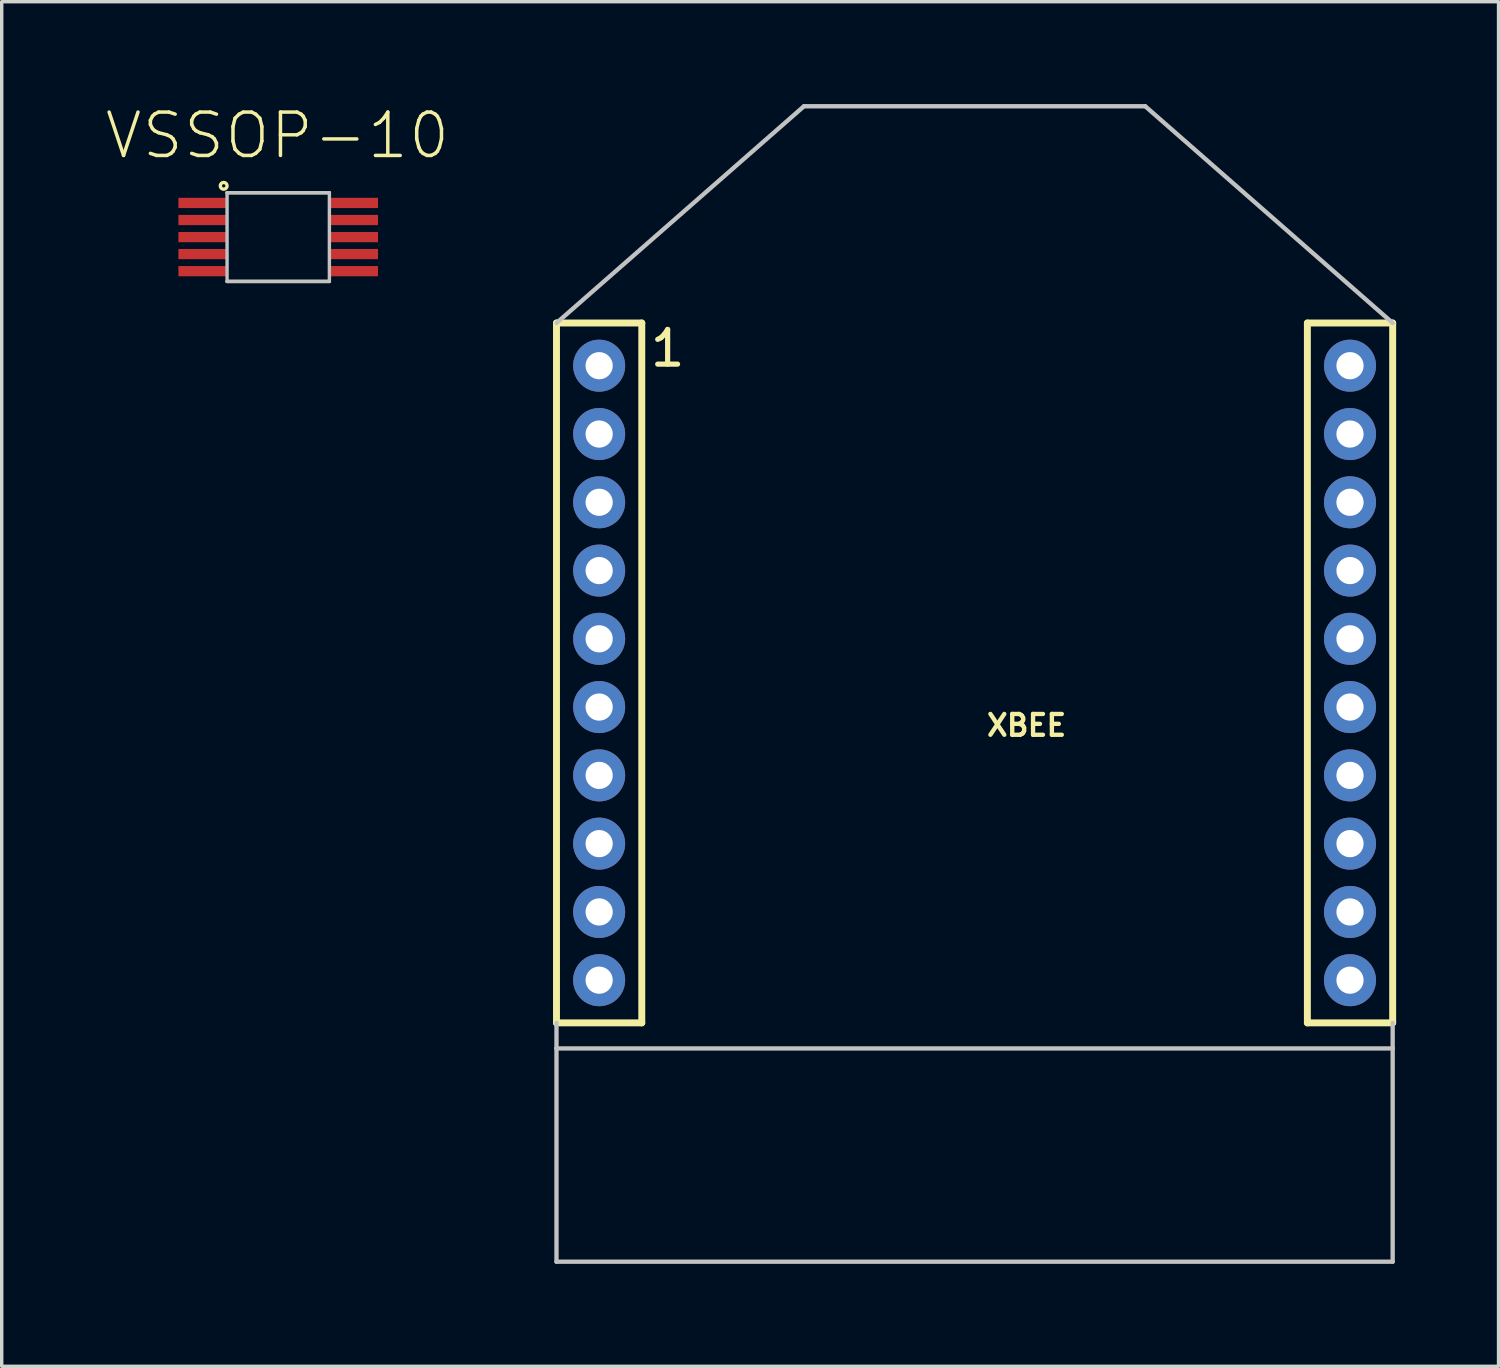
<source format=kicad_pcb>
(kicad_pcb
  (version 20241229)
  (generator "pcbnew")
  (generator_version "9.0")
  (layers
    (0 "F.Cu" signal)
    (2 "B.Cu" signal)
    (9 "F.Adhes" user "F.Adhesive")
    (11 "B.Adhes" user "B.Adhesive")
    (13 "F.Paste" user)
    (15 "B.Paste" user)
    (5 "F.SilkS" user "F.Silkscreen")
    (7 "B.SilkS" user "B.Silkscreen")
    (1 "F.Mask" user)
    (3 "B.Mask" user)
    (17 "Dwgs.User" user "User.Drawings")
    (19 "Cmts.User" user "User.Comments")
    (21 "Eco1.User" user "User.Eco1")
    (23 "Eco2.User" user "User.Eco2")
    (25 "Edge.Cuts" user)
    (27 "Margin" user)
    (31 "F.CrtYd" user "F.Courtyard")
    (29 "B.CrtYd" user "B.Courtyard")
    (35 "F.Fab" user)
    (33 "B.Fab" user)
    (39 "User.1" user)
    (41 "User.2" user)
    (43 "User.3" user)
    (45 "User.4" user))
  (footprint "VSSOP-10"
    (layer "F.Cu")
    (at 4.806 3.954)
    (property "Reference" "VSSOP-10" (at 0.269 -3.033 0) (layer "F.SilkS") (effects (font (size 1.27 1.27) (thickness 0.102))))
    (attr smd)
    (fp_line (start -1.204 -1.359) (end 1.793 -1.359) (stroke (width 0.099) (type solid)) (layer "F.SilkS"))
    (fp_line (start -1.204 1.24) (end 1.793 1.24) (stroke (width 0.099) (type solid)) (layer "F.SilkS"))
    (fp_circle (center -1.303 -1.56) (end -1.303 -1.659) (stroke (width 0.099) (type solid)) (fill no) (layer "F.SilkS"))
    (fp_line (start -1.204 -1.359) (end -1.204 1.24) (stroke (width 0.099) (type solid)) (layer "Dwgs.User"))
    (fp_line (start -1.204 1.24) (end 1.793 1.24) (stroke (width 0.099) (type solid)) (layer "Dwgs.User"))
    (fp_line (start 1.793 -1.359) (end -1.204 -1.359) (stroke (width 0.099) (type solid)) (layer "Dwgs.User"))
    (fp_line (start 1.793 1.24) (end 1.793 -1.359) (stroke (width 0.099) (type solid)) (layer "Dwgs.User"))
    (pad "P$1" smd rect (at -1.905 -1.059) (size 1.448 0.3) (layers "F.Cu" "F.Mask" "F.Paste"))
    (pad "P$2" smd rect (at -1.905 -0.559) (size 1.448 0.3) (layers "F.Cu" "F.Mask" "F.Paste"))
    (pad "P$3" smd rect (at -1.905 -0.058) (size 1.448 0.3) (layers "F.Cu" "F.Mask" "F.Paste"))
    (pad "P$4" smd rect (at -1.905 0.439) (size 1.448 0.3) (layers "F.Cu" "F.Mask" "F.Paste"))
    (pad "P$5" smd rect (at -1.905 0.94) (size 1.448 0.3) (layers "F.Cu" "F.Mask" "F.Paste"))
    (pad "P$6" smd rect (at 2.494 0.94) (size 1.448 0.3) (layers "F.Cu" "F.Mask" "F.Paste"))
    (pad "P$7" smd rect (at 2.494 0.439) (size 1.448 0.3) (layers "F.Cu" "F.Mask" "F.Paste"))
    (pad "P$8" smd rect (at 2.494 -0.058) (size 1.448 0.3) (layers "F.Cu" "F.Mask" "F.Paste"))
    (pad "P$9" smd rect (at 2.494 -0.559) (size 1.448 0.3) (layers "F.Cu" "F.Mask" "F.Paste"))
    (pad "P$10" smd rect (at 2.494 -1.059) (size 1.448 0.3) (layers "F.Cu" "F.Mask" "F.Paste")))
  (footprint "XBEE"
    (layer "F.Cu")
    (at 25.5 27.663)
    (property "Reference" "XBEE" (at 1.524 -9.464 0) (layer "F.SilkS") (effects (font (size 0.61 0.61) (thickness 0.127))))
    (attr exclude_from_pos_files exclude_from_bom)
    (fp_line (start -12.248 -21.25) (end -12.248 -0.749) (stroke (width 0.203) (type solid)) (layer "F.SilkS"))
    (fp_line (start -12.248 -0.749) (end -9.749 -0.749) (stroke (width 0.203) (type solid)) (layer "F.SilkS"))
    (fp_line (start -9.749 -21.25) (end -12.248 -21.25) (stroke (width 0.203) (type solid)) (layer "F.SilkS"))
    (fp_line (start -9.749 -21.25) (end -9.749 -0.749) (stroke (width 0.203) (type solid)) (layer "F.SilkS"))
    (fp_line (start 9.749 -21.25) (end 9.749 -0.749) (stroke (width 0.203) (type solid)) (layer "F.SilkS"))
    (fp_line (start 9.749 -21.25) (end 12.248 -21.25) (stroke (width 0.203) (type solid)) (layer "F.SilkS"))
    (fp_line (start 12.248 -21.25) (end 12.248 -0.749) (stroke (width 0.203) (type solid)) (layer "F.SilkS"))
    (fp_line (start 12.248 -0.749) (end 9.749 -0.749) (stroke (width 0.203) (type solid)) (layer "F.SilkS"))
    (fp_line (start -12.248 -21.25) (end -4.999 -27.6) (stroke (width 0.127) (type solid)) (layer "Dwgs.User"))
    (fp_line (start -12.248 -0.749) (end -12.248 0) (stroke (width 0.127) (type solid)) (layer "Dwgs.User"))
    (fp_line (start -12.248 0) (end -12.248 6.248) (stroke (width 0.127) (type solid)) (layer "Dwgs.User"))
    (fp_line (start -12.248 0) (end 12.248 0) (stroke (width 0.127) (type solid)) (layer "Dwgs.User"))
    (fp_line (start -12.248 6.248) (end 12.248 6.248) (stroke (width 0.127) (type solid)) (layer "Dwgs.User"))
    (fp_line (start -4.999 -27.6) (end 4.999 -27.6) (stroke (width 0.127) (type solid)) (layer "Dwgs.User"))
    (fp_line (start 12.248 -21.25) (end 4.999 -27.6) (stroke (width 0.127) (type solid)) (layer "Dwgs.User"))
    (fp_line (start 12.248 -0.749) (end 12.248 0) (stroke (width 0.127) (type solid)) (layer "Dwgs.User"))
    (fp_line (start 12.248 0) (end 12.248 6.248) (stroke (width 0.127) (type solid)) (layer "Dwgs.User"))
    (fp_text user "1" (at -8.992 -20.508 0) (layer "F.SilkS") (effects (font (size 1.016 1.016) (thickness 0.152))))
    (pad "1" thru_hole circle (at -10.998 -20) (size 1.524 1.524) (drill 0.798) (layers "*.Cu" "*.Paste" "*.Mask"))
    (pad "2" thru_hole circle (at -10.998 -17.998) (size 1.524 1.524) (drill 0.798) (layers "*.Cu" "*.Paste" "*.Mask"))
    (pad "3" thru_hole circle (at -10.998 -15.999) (size 1.524 1.524) (drill 0.798) (layers "*.Cu" "*.Paste" "*.Mask"))
    (pad "4" thru_hole circle (at -10.998 -13.998) (size 1.524 1.524) (drill 0.798) (layers "*.Cu" "*.Paste" "*.Mask"))
    (pad "5" thru_hole circle (at -10.998 -11.999) (size 1.524 1.524) (drill 0.798) (layers "*.Cu" "*.Paste" "*.Mask"))
    (pad "6" thru_hole circle (at -10.998 -10) (size 1.524 1.524) (drill 0.798) (layers "*.Cu" "*.Paste" "*.Mask"))
    (pad "7" thru_hole circle (at -10.998 -7.998) (size 1.524 1.524) (drill 0.798) (layers "*.Cu" "*.Paste" "*.Mask"))
    (pad "8" thru_hole circle (at -10.998 -5.999) (size 1.524 1.524) (drill 0.798) (layers "*.Cu" "*.Paste" "*.Mask"))
    (pad "9" thru_hole circle (at -10.998 -3.998) (size 1.524 1.524) (drill 0.798) (layers "*.Cu" "*.Paste" "*.Mask"))
    (pad "10" thru_hole circle (at -10.998 -1.999) (size 1.524 1.524) (drill 0.798) (layers "*.Cu" "*.Paste" "*.Mask"))
    (pad "11" thru_hole circle (at 10.998 -1.999) (size 1.524 1.524) (drill 0.798) (layers "*.Cu" "*.Paste" "*.Mask"))
    (pad "12" thru_hole circle (at 10.998 -3.998) (size 1.524 1.524) (drill 0.798) (layers "*.Cu" "*.Paste" "*.Mask"))
    (pad "13" thru_hole circle (at 10.998 -5.999) (size 1.524 1.524) (drill 0.798) (layers "*.Cu" "*.Paste" "*.Mask"))
    (pad "14" thru_hole circle (at 10.998 -7.998) (size 1.524 1.524) (drill 0.798) (layers "*.Cu" "*.Paste" "*.Mask"))
    (pad "15" thru_hole circle (at 10.998 -10) (size 1.524 1.524) (drill 0.798) (layers "*.Cu" "*.Paste" "*.Mask"))
    (pad "16" thru_hole circle (at 10.998 -11.999) (size 1.524 1.524) (drill 0.798) (layers "*.Cu" "*.Paste" "*.Mask"))
    (pad "17" thru_hole circle (at 10.998 -13.998) (size 1.524 1.524) (drill 0.798) (layers "*.Cu" "*.Paste" "*.Mask"))
    (pad "18" thru_hole circle (at 10.998 -15.999) (size 1.524 1.524) (drill 0.798) (layers "*.Cu" "*.Paste" "*.Mask"))
    (pad "19" thru_hole circle (at 10.998 -17.998) (size 1.524 1.524) (drill 0.798) (layers "*.Cu" "*.Paste" "*.Mask"))
    (pad "20" thru_hole circle (at 10.998 -20) (size 1.524 1.524) (drill 0.798) (layers "*.Cu" "*.Paste" "*.Mask")))
  (gr_rect
    (start -3 -3)
    (end 40.849 36.975)
    (stroke (width 0.1) (type default))
    (fill no)
    (layer "Edge.Cuts")))
</source>
